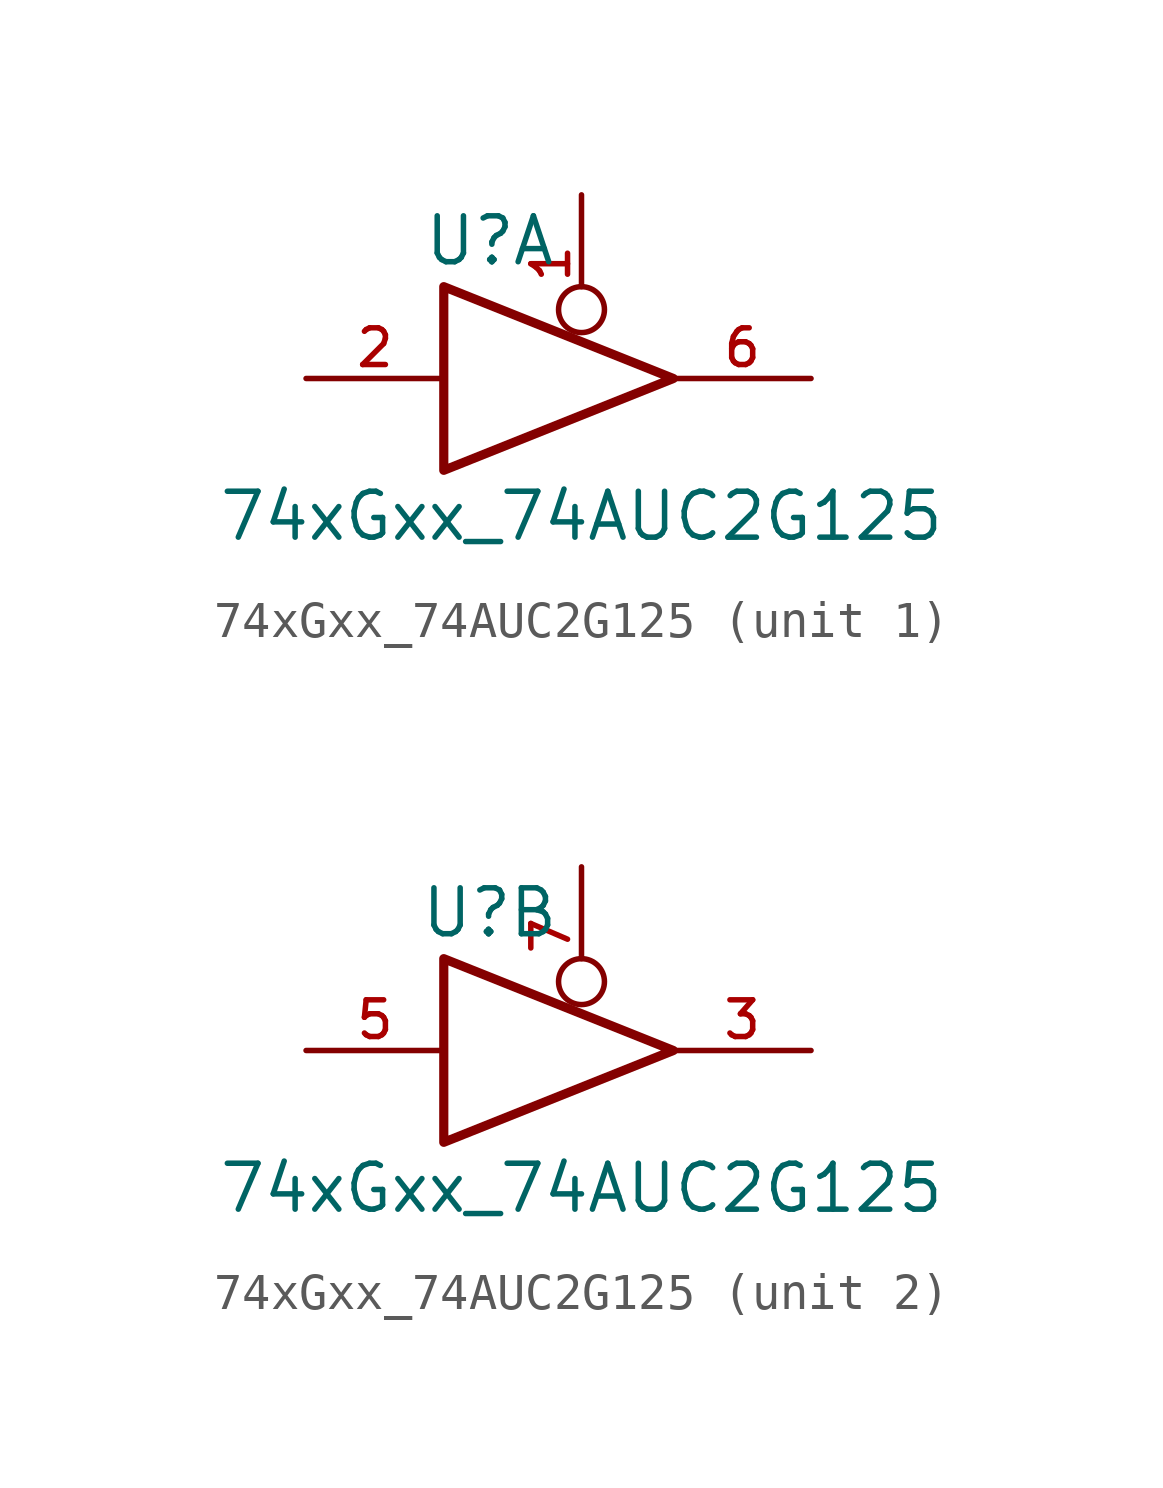
<source format=kicad_sym>
(kicad_symbol_lib
  (version 20220914)
  (generator kicad_symbol_editor)
  (symbol "74xGxx_74AUC2G125"
    (pin_names
      (offset 1.016))
    (property "Reference" "U"
      (at -2.54 3.81 0)
      (effects (font (size 1.27 1.27))))
    (property "Value" "74xGxx_74AUC2G125"
      (at 0 -3.81 0)
      (effects (font (size 1.27 1.27))))
    (symbol "74xGxx_74AUC2G125_0_1"
      (polyline (pts (xy -3.81 2.54) (xy -3.81 -2.54) (xy 2.54 0) (xy -3.81 2.54)) (stroke (width 0.254) (type solid)) (fill (type none)))
      (pin power_in line (at 1.27 -1.27 270) (length 0) hide (name "GND" (effects (font (size 1.016 1.016)))) (number "4" (effects (font (size 1.016 1.016)))))
      (pin power_in line (at 1.27 1.27 90) (length 0) hide (name "VCC" (effects (font (size 1.016 1.016)))) (number "8" (effects (font (size 1.016 1.016))))))
    (symbol "74xGxx_74AUC2G125_1_1"
      (pin input inverted (at 0 5.08 270) (length 3.81) (name "~" (effects (font (size 1.016 1.016)))) (number "1" (effects (font (size 1.016 1.016)))))
      (pin input line (at -7.62 0 0) (length 3.81) (name "~" (effects (font (size 1.016 1.016)))) (number "2" (effects (font (size 1.016 1.016)))))
      (pin tri_state line (at 6.35 0 180) (length 3.81) (name "~" (effects (font (size 1.016 1.016)))) (number "6" (effects (font (size 1.016 1.016))))))
    (symbol "74xGxx_74AUC2G125_2_1"
      (pin tri_state line (at 6.35 0 180) (length 3.81) (name "~" (effects (font (size 1.016 1.016)))) (number "3" (effects (font (size 1.016 1.016)))))
      (pin input line (at -7.62 0 0) (length 3.81) (name "~" (effects (font (size 1.016 1.016)))) (number "5" (effects (font (size 1.016 1.016)))))
      (pin input inverted (at 0 5.08 270) (length 3.81) (name "~" (effects (font (size 1.016 1.016)))) (number "7" (effects (font (size 1.016 1.016))))))))
</source>
